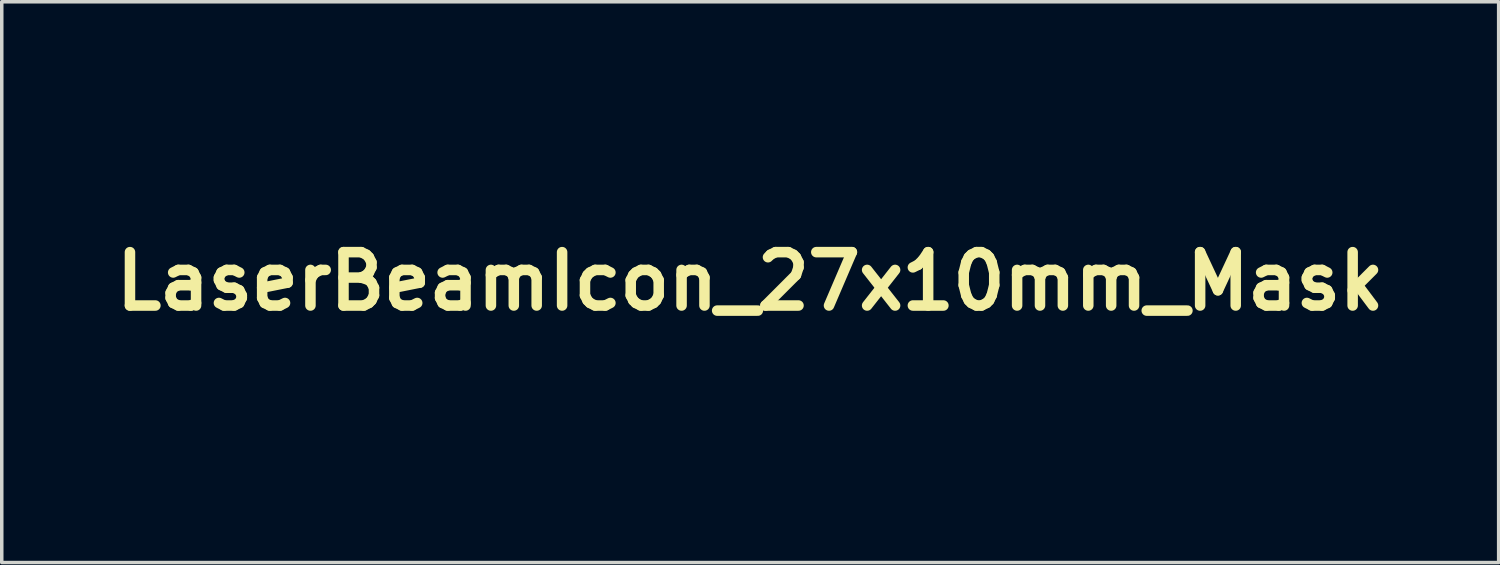
<source format=kicad_pcb>
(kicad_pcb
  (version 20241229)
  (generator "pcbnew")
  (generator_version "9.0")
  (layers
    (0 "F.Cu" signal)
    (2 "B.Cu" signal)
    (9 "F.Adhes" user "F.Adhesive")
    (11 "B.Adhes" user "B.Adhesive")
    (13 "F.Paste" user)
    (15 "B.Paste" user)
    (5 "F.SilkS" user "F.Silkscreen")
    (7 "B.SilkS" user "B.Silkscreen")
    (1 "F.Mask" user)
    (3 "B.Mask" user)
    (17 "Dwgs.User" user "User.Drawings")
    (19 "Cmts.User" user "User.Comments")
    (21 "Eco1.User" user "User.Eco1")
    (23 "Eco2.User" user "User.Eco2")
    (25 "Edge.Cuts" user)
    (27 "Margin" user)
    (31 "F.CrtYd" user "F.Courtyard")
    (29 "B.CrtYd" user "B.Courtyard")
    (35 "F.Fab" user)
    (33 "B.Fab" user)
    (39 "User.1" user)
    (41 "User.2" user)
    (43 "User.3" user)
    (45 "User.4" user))
  (footprint "LaserBeamIcon_27x10mm_Mask"
    (layer "F.Cu")
    (at 18.368 4.983)
    (property "Reference" "LaserBeamIcon_27x10mm_Mask" (at 0 0 0) (layer "F.SilkS") (effects (font (size 1.524 1.524) (thickness 0.3))))
    (attr exclude_from_pos_files exclude_from_bom)
    (fp_poly (pts (xy -8.28 -3.318) (xy -8.268 -1.654) (xy -8.122 -2.183) (xy -8.059 -2.413) (xy -7.997 -2.638) (xy -7.944 -2.828) (xy -7.91 -2.948) (xy -7.844 -3.184) (xy -7.681 -3.154) (xy -7.565 -3.125) (xy -7.489 -3.094) (xy -7.482 -3.089) (xy -7.479 -3.033) (xy -7.5 -2.903) (xy -7.542 -2.709) (xy -7.603 -2.461) (xy -7.68 -2.167) (xy -7.772 -1.839) (xy -7.787 -1.788) (xy -7.815 -1.674) (xy -7.82 -1.613) (xy -7.809 -1.611) (xy -7.778 -1.659) (xy -7.709 -1.773) (xy -7.606 -1.945) (xy -7.476 -2.167) (xy -7.324 -2.427) (xy -7.156 -2.718) (xy -7.032 -2.932) (xy -6.815 -3.31) (xy -6.638 -3.619) (xy -6.496 -3.865) (xy -6.385 -4.054) (xy -6.301 -4.194) (xy -6.238 -4.291) (xy -6.191 -4.352) (xy -6.157 -4.384) (xy -6.131 -4.392) (xy -6.108 -4.385) (xy -6.084 -4.367) (xy -6.053 -4.347) (xy -6.051 -4.346) (xy -5.944 -4.285) (xy -5.87 -4.24) (xy -5.862 -4.214) (xy -5.877 -4.155) (xy -5.918 -4.058) (xy -5.989 -3.916) (xy -6.092 -3.723) (xy -6.231 -3.472) (xy -6.41 -3.157) (xy -6.58 -2.86) (xy -6.763 -2.543) (xy -6.933 -2.247) (xy -7.085 -1.98) (xy -7.215 -1.753) (xy -7.315 -1.576) (xy -7.382 -1.457) (xy -7.407 -1.411) (xy -7.395 -1.405) (xy -7.33 -1.455) (xy -7.22 -1.552) (xy -7.073 -1.69) (xy -6.897 -1.86) (xy -6.884 -1.873) (xy -6.306 -2.446) (xy -6.021 -2.161) (xy -6.593 -1.583) (xy -6.766 -1.406) (xy -6.906 -1.256) (xy -7.006 -1.143) (xy -7.06 -1.074) (xy -7.058 -1.059) (xy -7.056 -1.06) (xy -6.992 -1.095) (xy -6.862 -1.168) (xy -6.675 -1.275) (xy -6.441 -1.409) (xy -6.171 -1.564) (xy -5.874 -1.736) (xy -5.666 -1.856) (xy -5.358 -2.033) (xy -5.074 -2.197) (xy -4.821 -2.342) (xy -4.61 -2.462) (xy -4.45 -2.552) (xy -4.35 -2.607) (xy -4.321 -2.621) (xy -4.252 -2.601) (xy -4.169 -2.494) (xy -4.156 -2.471) (xy -4.057 -2.297) (xy -4.354 -2.123) (xy -4.472 -2.055) (xy -4.653 -1.95) (xy -4.884 -1.816) (xy -5.15 -1.662) (xy -5.438 -1.495) (xy -5.733 -1.324) (xy -6.014 -1.161) (xy -6.27 -1.011) (xy -6.493 -0.88) (xy -6.67 -0.774) (xy -6.793 -0.699) (xy -6.852 -0.661) (xy -6.854 -0.659) (xy -6.845 -0.644) (xy -6.773 -0.655) (xy -6.744 -0.663) (xy -6.45 -0.746) (xy -6.168 -0.822) (xy -5.91 -0.887) (xy -5.69 -0.938) (xy -5.519 -0.973) (xy -5.411 -0.988) (xy -5.378 -0.985) (xy -5.347 -0.92) (xy -5.317 -0.808) (xy -5.313 -0.786) (xy -5.283 -0.623) (xy -5.497 -0.56) (xy -5.63 -0.523) (xy -5.819 -0.47) (xy -6.037 -0.412) (xy -6.196 -0.37) (xy -6.681 -0.243) (xy 3.407 -0.231) (xy 13.494 -0.22) (xy 13.494 0.264) (xy 3.407 0.276) (xy -6.681 0.287) (xy -6.196 0.414) (xy -5.975 0.473) (xy -5.762 0.53) (xy -5.585 0.579) (xy -5.497 0.604) (xy -5.283 0.667) (xy -5.313 0.83) (xy -5.341 0.946) (xy -5.373 1.022) (xy -5.378 1.029) (xy -5.431 1.03) (xy -5.556 1.01) (xy -5.741 0.971) (xy -5.972 0.916) (xy -6.237 0.848) (xy -6.523 0.77) (xy -6.744 0.707) (xy -6.831 0.688) (xy -6.859 0.696) (xy -6.854 0.703) (xy -6.807 0.735) (xy -6.693 0.805) (xy -6.523 0.906) (xy -6.306 1.034) (xy -6.054 1.182) (xy -5.776 1.343) (xy -5.733 1.368) (xy -5.435 1.541) (xy -5.147 1.708) (xy -4.881 1.862) (xy -4.651 1.995) (xy -4.471 2.1) (xy -4.354 2.167) (xy -4.057 2.341) (xy -4.156 2.516) (xy -4.241 2.635) (xy -4.312 2.668) (xy -4.321 2.665) (xy -4.373 2.638) (xy -4.493 2.572) (xy -4.67 2.472) (xy -4.894 2.344) (xy -5.158 2.193) (xy -5.45 2.024) (xy -5.666 1.9) (xy -5.975 1.721) (xy -6.265 1.554) (xy -6.524 1.405) (xy -6.743 1.28) (xy -6.912 1.184) (xy -7.021 1.123) (xy -7.056 1.104) (xy -7.061 1.116) (xy -7.012 1.181) (xy -6.914 1.291) (xy -6.777 1.438) (xy -6.606 1.614) (xy -6.593 1.627) (xy -6.021 2.205) (xy -6.306 2.49) (xy -6.884 1.917) (xy -7.061 1.745) (xy -7.21 1.605) (xy -7.324 1.504) (xy -7.392 1.451) (xy -7.408 1.453) (xy -7.407 1.455) (xy -7.372 1.518) (xy -7.299 1.649) (xy -7.193 1.836) (xy -7.059 2.071) (xy -6.903 2.343) (xy -6.73 2.644) (xy -6.58 2.904) (xy -6.368 3.274) (xy -6.198 3.575) (xy -6.067 3.813) (xy -5.971 3.995) (xy -5.907 4.127) (xy -5.872 4.215) (xy -5.862 4.266) (xy -5.87 4.284) (xy -5.953 4.334) (xy -6.051 4.39) (xy -6.082 4.41) (xy -6.107 4.428) (xy -6.13 4.436) (xy -6.156 4.429) (xy -6.189 4.399) (xy -6.234 4.34) (xy -6.296 4.245) (xy -6.379 4.108) (xy -6.489 3.922) (xy -6.628 3.68) (xy -6.803 3.375) (xy -7.018 3.002) (xy -7.032 2.977) (xy -7.209 2.67) (xy -7.373 2.387) (xy -7.519 2.138) (xy -7.641 1.931) (xy -7.734 1.775) (xy -7.792 1.681) (xy -7.809 1.656) (xy -7.821 1.669) (xy -7.809 1.747) (xy -7.787 1.832) (xy -7.693 2.164) (xy -7.613 2.463) (xy -7.55 2.719) (xy -7.505 2.922) (xy -7.481 3.062) (xy -7.48 3.13) (xy -7.482 3.133) (xy -7.547 3.164) (xy -7.658 3.194) (xy -7.681 3.198) (xy -7.844 3.228) (xy -7.91 2.992) (xy -7.949 2.854) (xy -8.003 2.658) (xy -8.066 2.432) (xy -8.122 2.227) (xy -8.268 1.698) (xy -8.28 3.362) (xy -8.291 5.027) (xy -8.687 5.027) (xy -8.687 3.366) (xy -8.688 2.994) (xy -8.689 2.652) (xy -8.691 2.35) (xy -8.694 2.097) (xy -8.698 1.902) (xy -8.702 1.775) (xy -8.706 1.725) (xy -8.707 1.725) (xy -8.725 1.772) (xy -8.761 1.889) (xy -8.809 2.059) (xy -8.866 2.267) (xy -8.886 2.339) (xy -8.965 2.636) (xy -9.025 2.859) (xy -9.072 3.017) (xy -9.109 3.121) (xy -9.143 3.182) (xy -9.177 3.209) (xy -9.217 3.213) (xy -9.268 3.204) (xy -9.298 3.198) (xy -9.414 3.169) (xy -9.489 3.138) (xy -9.495 3.133) (xy -9.498 3.077) (xy -9.478 2.948) (xy -9.436 2.753) (xy -9.375 2.505) (xy -9.297 2.211) (xy -9.206 1.884) (xy -9.191 1.832) (xy -9.163 1.718) (xy -9.157 1.657) (xy -9.169 1.656) (xy -9.2 1.703) (xy -9.269 1.817) (xy -9.372 1.99) (xy -9.501 2.211) (xy -9.653 2.472) (xy -9.822 2.763) (xy -9.945 2.977) (xy -10.123 3.286) (xy -10.289 3.575) (xy -10.438 3.833) (xy -10.564 4.05) (xy -10.662 4.217) (xy -10.724 4.324) (xy -10.744 4.357) (xy -10.809 4.458) (xy -10.972 4.36) (xy -11.075 4.298) (xy -11.141 4.257) (xy -11.15 4.251) (xy -11.132 4.211) (xy -11.076 4.104) (xy -10.984 3.938) (xy -10.863 3.722) (xy -10.718 3.465) (xy -10.552 3.175) (xy -10.396 2.902) (xy -10.214 2.585) (xy -10.044 2.289) (xy -9.891 2.023) (xy -9.762 1.796) (xy -9.662 1.619) (xy -9.596 1.501) (xy -9.571 1.455) (xy -9.582 1.449) (xy -9.648 1.499) (xy -9.758 1.596) (xy -9.905 1.734) (xy -10.08 1.905) (xy -10.093 1.917) (xy -10.671 2.49) (xy -10.957 2.205) (xy -10.384 1.626) (xy -10.207 1.445) (xy -10.056 1.29) (xy -9.942 1.169) (xy -9.872 1.092) (xy -9.855 1.068) (xy -9.856 1.069) (xy -9.903 1.095) (xy -10.018 1.16) (xy -10.191 1.259) (xy -10.413 1.387) (xy -10.676 1.538) (xy -10.97 1.707) (xy -11.245 1.865) (xy -11.56 2.047) (xy -11.853 2.214) (xy -12.114 2.363) (xy -12.334 2.488) (xy -12.504 2.583) (xy -12.615 2.644) (xy -12.656 2.665) (xy -12.724 2.646) (xy -12.806 2.541) (xy -12.821 2.516) (xy -12.921 2.341) (xy -12.667 2.193) (xy -12.564 2.134) (xy -12.397 2.037) (xy -12.178 1.91) (xy -11.918 1.76) (xy -11.631 1.594) (xy -11.327 1.418) (xy -11.236 1.366) (xy -10.945 1.198) (xy -10.681 1.044) (xy -10.453 0.911) (xy -10.269 0.802) (xy -10.14 0.725) (xy -10.074 0.684) (xy -10.067 0.678) (xy -10.111 0.687) (xy -10.225 0.714) (xy -10.397 0.758) (xy -10.611 0.814) (xy -10.804 0.865) (xy -11.046 0.928) (xy -11.26 0.98) (xy -11.431 1.018) (xy -11.544 1.039) (xy -11.581 1.04) (xy -11.619 0.989) (xy -11.653 0.888) (xy -11.675 0.776) (xy -11.675 0.691) (xy -11.667 0.672) (xy -11.618 0.652) (xy -11.498 0.615) (xy -11.323 0.564) (xy -11.108 0.503) (xy -10.947 0.459) (xy -10.253 0.271) (xy -11.873 0.268) (xy -13.494 0.265) (xy -13.494 -0.22) (xy -11.873 -0.224) (xy -10.253 -0.227) (xy -10.947 -0.415) (xy -11.182 -0.479) (xy -11.386 -0.538) (xy -11.544 -0.585) (xy -11.642 -0.617) (xy -11.667 -0.628) (xy -11.678 -0.689) (xy -11.665 -0.794) (xy -11.635 -0.904) (xy -11.598 -0.982) (xy -11.581 -0.996) (xy -11.524 -0.991) (xy -11.397 -0.967) (xy -11.215 -0.925) (xy -10.993 -0.87) (xy -10.804 -0.821) (xy -10.565 -0.757) (xy -10.358 -0.704) (xy -10.197 -0.663) (xy -10.096 -0.639) (xy -10.067 -0.634) (xy -10.102 -0.657) (xy -10.204 -0.719) (xy -10.364 -0.814) (xy -10.573 -0.937) (xy -10.822 -1.082) (xy -11.102 -1.244) (xy -11.236 -1.322) (xy -11.542 -1.499) (xy -11.836 -1.668) (xy -12.105 -1.824) (xy -12.338 -1.958) (xy -12.521 -2.065) (xy -12.644 -2.136) (xy -12.667 -2.149) (xy -12.921 -2.297) (xy -12.821 -2.472) (xy -12.737 -2.59) (xy -12.666 -2.624) (xy -12.656 -2.621) (xy -12.603 -2.594) (xy -12.484 -2.528) (xy -12.306 -2.428) (xy -12.079 -2.299) (xy -11.813 -2.148) (xy -11.517 -1.978) (xy -11.245 -1.821) (xy -10.931 -1.64) (xy -10.64 -1.473) (xy -10.382 -1.325) (xy -10.165 -1.201) (xy -9.999 -1.106) (xy -9.893 -1.045) (xy -9.856 -1.024) (xy -9.871 -1.047) (xy -9.94 -1.123) (xy -10.053 -1.242) (xy -10.203 -1.397) (xy -10.38 -1.577) (xy -10.384 -1.582) (xy -10.957 -2.161) (xy -10.671 -2.446) (xy -10.093 -1.873) (xy -9.916 -1.701) (xy -9.767 -1.561) (xy -9.654 -1.46) (xy -9.585 -1.407) (xy -9.569 -1.409) (xy -9.57 -1.411) (xy -9.605 -1.474) (xy -9.678 -1.604) (xy -9.784 -1.792) (xy -9.918 -2.026) (xy -10.074 -2.299) (xy -10.247 -2.6) (xy -10.395 -2.858) (xy -10.574 -3.17) (xy -10.737 -3.456) (xy -10.88 -3.709) (xy -10.998 -3.919) (xy -11.085 -4.077) (xy -11.137 -4.176) (xy -11.15 -4.207) (xy -11.106 -4.234) (xy -11.014 -4.29) (xy -10.972 -4.316) (xy -10.809 -4.414) (xy -10.744 -4.313) (xy -10.707 -4.251) (xy -10.632 -4.122) (xy -10.524 -3.937) (xy -10.39 -3.705) (xy -10.234 -3.435) (xy -10.063 -3.138) (xy -9.945 -2.932) (xy -9.768 -2.626) (xy -9.604 -2.343) (xy -9.459 -2.094) (xy -9.337 -1.887) (xy -9.244 -1.731) (xy -9.186 -1.636) (xy -9.169 -1.611) (xy -9.156 -1.625) (xy -9.169 -1.703) (xy -9.191 -1.788) (xy -9.284 -2.12) (xy -9.364 -2.419) (xy -9.428 -2.675) (xy -9.473 -2.878) (xy -9.497 -3.018) (xy -9.497 -3.086) (xy -9.495 -3.089) (xy -9.431 -3.12) (xy -9.319 -3.149) (xy -9.298 -3.154) (xy -9.24 -3.165) (xy -9.196 -3.169) (xy -9.159 -3.155) (xy -9.126 -3.112) (xy -9.091 -3.03) (xy -9.05 -2.9) (xy -8.997 -2.71) (xy -8.927 -2.451) (xy -8.886 -2.294) (xy -8.827 -2.078) (xy -8.775 -1.895) (xy -8.735 -1.759) (xy -8.71 -1.687) (xy -8.707 -1.681) (xy -8.702 -1.719) (xy -8.698 -1.835) (xy -8.695 -2.021) (xy -8.692 -2.267) (xy -8.689 -2.563) (xy -8.688 -2.9) (xy -8.687 -3.268) (xy -8.687 -3.322) (xy -8.687 -4.983) (xy -8.291 -4.983)) (stroke (width 0) (type solid)) (fill yes) (layer "F.Mask")))
  (gr_rect
    (start -3 -3)
    (end 39.736 13.01)
    (stroke (width 0.1) (type default))
    (fill no)
    (layer "Edge.Cuts")))
</source>
